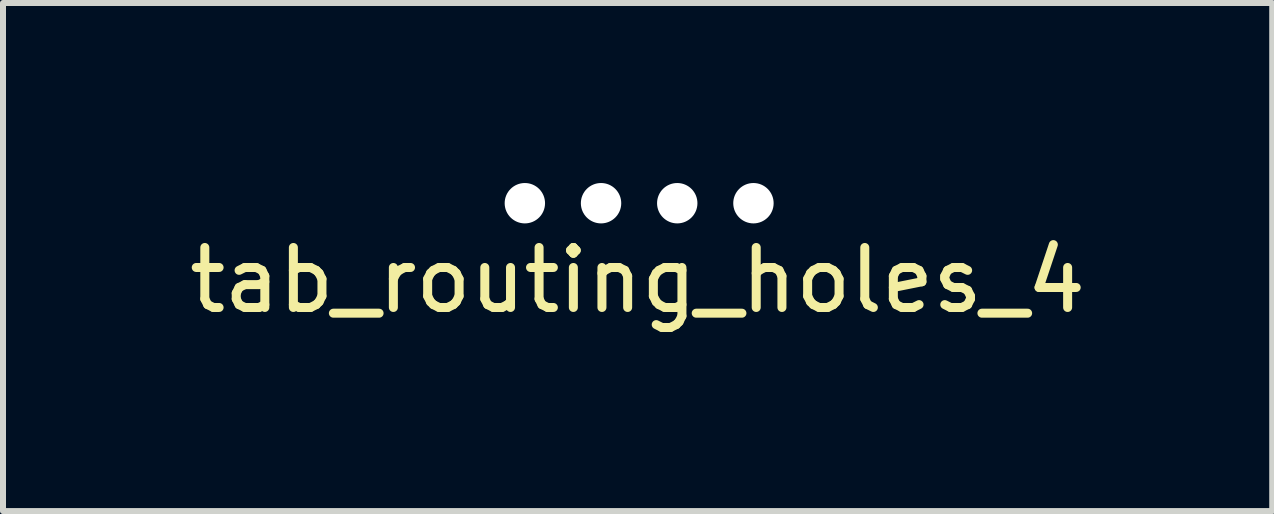
<source format=kicad_pcb>
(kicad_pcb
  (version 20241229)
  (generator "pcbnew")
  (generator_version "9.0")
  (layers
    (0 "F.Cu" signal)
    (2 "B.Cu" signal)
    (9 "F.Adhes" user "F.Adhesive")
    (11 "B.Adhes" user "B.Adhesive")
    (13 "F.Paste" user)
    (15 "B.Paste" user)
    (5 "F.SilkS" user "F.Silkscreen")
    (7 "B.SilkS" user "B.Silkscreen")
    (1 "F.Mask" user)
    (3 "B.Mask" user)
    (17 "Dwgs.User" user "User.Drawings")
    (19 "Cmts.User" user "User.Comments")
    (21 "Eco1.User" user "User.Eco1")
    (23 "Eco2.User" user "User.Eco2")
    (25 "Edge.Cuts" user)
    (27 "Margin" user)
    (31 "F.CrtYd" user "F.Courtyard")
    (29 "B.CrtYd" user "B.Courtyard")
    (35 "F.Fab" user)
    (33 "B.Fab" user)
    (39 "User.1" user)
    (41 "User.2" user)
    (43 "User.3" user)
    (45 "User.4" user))
  (footprint "tab_routing_holes_4"
    (layer "F.Cu")
    (at 7.603 0.337)
    (property "Reference" "tab_routing_holes_4" (at -0.025 1.283 0) (layer "F.SilkS") (effects (font (size 1 1) (thickness 0.15))))
    (attr through_hole)
    (pad "" np_thru_hole circle (at -1.905 0) (size 0.673 0.673) (drill 0.673) (layers "*.Cu"))
    (pad "" np_thru_hole circle (at -0.635 0) (size 0.673 0.673) (drill 0.673) (layers "*.Cu"))
    (pad "" np_thru_hole circle (at 0.635 0) (size 0.673 0.673) (drill 0.673) (layers "*.Cu"))
    (pad "" np_thru_hole circle (at 1.905 0) (size 0.673 0.673) (drill 0.673) (layers "*.Cu")))
  (gr_rect
    (start -3 -3)
    (end 18.155 5.468)
    (stroke (width 0.1) (type default))
    (fill no)
    (layer "Edge.Cuts")))
</source>
